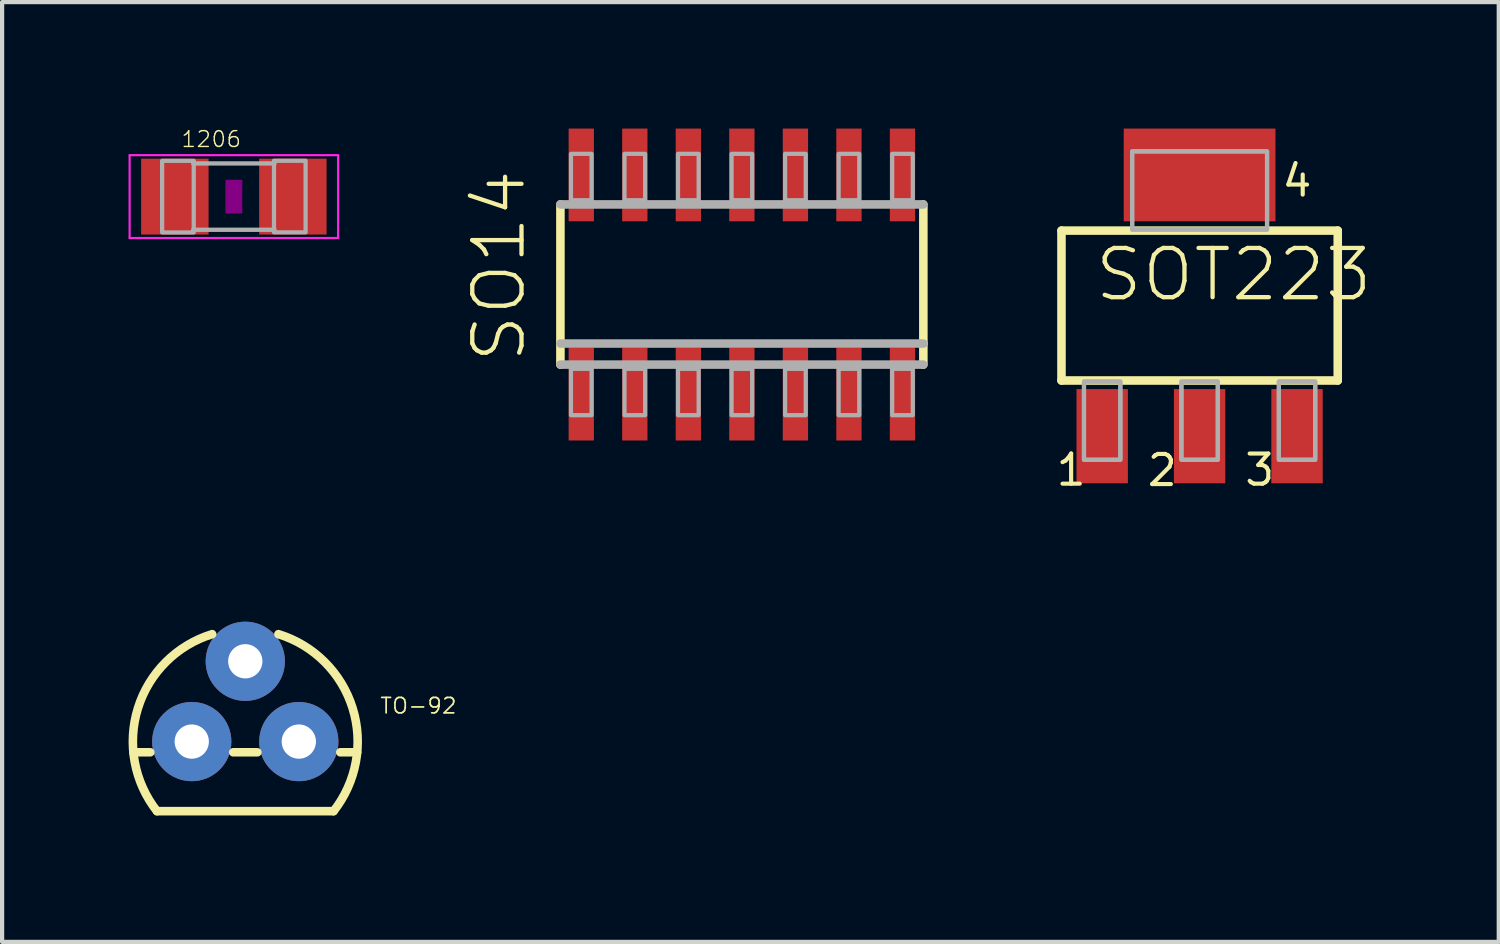
<source format=kicad_pcb>
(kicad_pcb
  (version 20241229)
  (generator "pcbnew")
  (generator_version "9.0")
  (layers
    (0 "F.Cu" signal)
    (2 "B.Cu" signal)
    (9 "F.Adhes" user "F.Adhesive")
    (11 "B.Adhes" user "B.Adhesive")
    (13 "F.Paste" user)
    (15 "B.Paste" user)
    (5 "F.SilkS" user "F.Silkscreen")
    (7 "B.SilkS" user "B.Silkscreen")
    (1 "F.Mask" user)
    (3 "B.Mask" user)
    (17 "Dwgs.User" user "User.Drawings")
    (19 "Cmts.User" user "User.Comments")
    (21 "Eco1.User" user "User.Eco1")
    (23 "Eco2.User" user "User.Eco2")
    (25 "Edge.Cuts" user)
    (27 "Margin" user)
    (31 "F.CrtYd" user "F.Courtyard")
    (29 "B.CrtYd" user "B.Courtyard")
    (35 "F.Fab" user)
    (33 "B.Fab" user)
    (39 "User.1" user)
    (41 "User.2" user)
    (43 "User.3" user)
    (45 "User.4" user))
  (footprint "TO-92"
    (layer "F.Cu")
    (at 2.769 14.543)
    (property "Reference" "TO-92" (at 3.175 -0.635 0) (layer "F.SilkS") (effects (font (size 0.366 0.366) (thickness 0.041)) (justify left bottom)))
    (fp_line (start -2.655 0.254) (end -2.254 0.254) (stroke (width 0.203) (type solid)) (layer "F.SilkS"))
    (fp_line (start -2.095 1.651) (end 2.095 1.651) (stroke (width 0.203) (type solid)) (layer "F.SilkS"))
    (fp_line (start -0.286 0.254) (end 0.286 0.254) (stroke (width 0.203) (type solid)) (layer "F.SilkS"))
    (fp_line (start 2.254 0.254) (end 2.655 0.254) (stroke (width 0.203) (type solid)) (layer "F.SilkS"))
    (fp_arc (start -2.094599 1.650999) (mid -2.546339 -0.793276) (end -0.7863 -2.5485) (stroke (width 0.2032) (type solid)) (layer "F.SilkS"))
    (fp_arc (start 0.7863 -2.548397) (mid 2.546269 -0.7932) (end 2.0945 1.651) (stroke (width 0.2032) (type solid)) (layer "F.SilkS"))
    (pad "1" thru_hole circle (at -1.27 0) (size 1.88 1.88) (drill 0.813) (layers "*.Cu" "*.Mask"))
    (pad "2" thru_hole circle (at 0 -1.905) (size 1.88 1.88) (drill 0.813) (layers "*.Cu" "*.Mask"))
    (pad "3" thru_hole circle (at 1.27 0) (size 1.88 1.88) (drill 0.813) (layers "*.Cu" "*.Mask")))
  (footprint "SOT223"
    (layer "F.Cu")
    (at 25.409 4.199)
    (property "Reference" "SOT223" (at -2.54 -0.051 0) (layer "F.SilkS") (effects (font (size 1.168 1.168) (thickness 0.102)) (justify left bottom)))
    (fp_line (start -3.277 -1.778) (end 3.277 -1.778) (stroke (width 0.203) (type solid)) (layer "F.SilkS"))
    (fp_line (start -3.277 1.778) (end -3.277 -1.778) (stroke (width 0.203) (type solid)) (layer "F.SilkS"))
    (fp_line (start 3.277 -1.778) (end 3.277 1.778) (stroke (width 0.203) (type solid)) (layer "F.SilkS"))
    (fp_line (start 3.277 1.778) (end -3.277 1.778) (stroke (width 0.203) (type solid)) (layer "F.SilkS"))
    (fp_poly (pts (xy -2.743 3.658) (xy -1.88 3.658) (xy -1.88 1.803) (xy -2.743 1.803)) (stroke (width 0.1) (type solid)) (fill no) (layer "F.Fab"))
    (fp_poly (pts (xy -2.743 3.658) (xy -1.88 3.658) (xy -1.88 1.803) (xy -2.743 1.803)) (stroke (width 0.1) (type solid)) (fill no) (layer "F.Fab"))
    (fp_poly (pts (xy -1.6 -1.803) (xy 1.6 -1.803) (xy 1.6 -3.658) (xy -1.6 -3.658)) (stroke (width 0.1) (type solid)) (fill no) (layer "F.Fab"))
    (fp_poly (pts (xy -1.6 -1.803) (xy 1.6 -1.803) (xy 1.6 -3.658) (xy -1.6 -3.658)) (stroke (width 0.1) (type solid)) (fill no) (layer "F.Fab"))
    (fp_poly (pts (xy -0.432 3.658) (xy 0.432 3.658) (xy 0.432 1.803) (xy -0.432 1.803)) (stroke (width 0.1) (type solid)) (fill no) (layer "F.Fab"))
    (fp_poly (pts (xy -0.432 3.658) (xy 0.432 3.658) (xy 0.432 1.803) (xy -0.432 1.803)) (stroke (width 0.1) (type solid)) (fill no) (layer "F.Fab"))
    (fp_poly (pts (xy 1.88 3.658) (xy 2.743 3.658) (xy 2.743 1.803) (xy 1.88 1.803)) (stroke (width 0.1) (type solid)) (fill no) (layer "F.Fab"))
    (fp_poly (pts (xy 1.88 3.658) (xy 2.743 3.658) (xy 2.743 1.803) (xy 1.88 1.803)) (stroke (width 0.1) (type solid)) (fill no) (layer "F.Fab"))
    (fp_text user "1" (at -3.453 4.318 0) (layer "F.SilkS") (effects (font (size 0.715 0.715) (thickness 0.098)) (justify left bottom)))
    (fp_text user "3" (at 1.021 4.318 0) (layer "F.SilkS") (effects (font (size 0.715 0.715) (thickness 0.098)) (justify left bottom)))
    (fp_text user "2" (at -1.291 4.327 0) (layer "F.SilkS") (effects (font (size 0.715 0.715) (thickness 0.098)) (justify left bottom)))
    (fp_text user "4" (at 1.905 -2.54 0) (layer "F.SilkS") (effects (font (size 0.715 0.715) (thickness 0.098)) (justify left bottom)))
    (pad "1" smd rect (at -2.311 3.099) (size 1.219 2.235) (layers "F.Cu" "F.Mask" "F.Paste"))
    (pad "2" smd rect (at 0 3.099) (size 1.219 2.235) (layers "F.Cu" "F.Mask" "F.Paste"))
    (pad "3" smd rect (at 2.311 3.099) (size 1.219 2.235) (layers "F.Cu" "F.Mask" "F.Paste"))
    (pad "4" smd rect (at 0 -3.099) (size 3.6 2.2) (layers "F.Cu" "F.Mask" "F.Paste")))
  (footprint "1206"
    (layer "F.Cu")
    (at 2.498 1.614)
    (property "Reference" "1206" (at -1.27 -1.143 0) (layer "F.SilkS") (effects (font (size 0.374 0.374) (thickness 0.033)) (justify left bottom)))
    (fp_poly (pts (xy -0.2 0.4) (xy 0.2 0.4) (xy 0.2 -0.4) (xy -0.2 -0.4)) (stroke (width 0) (type solid)) (fill yes) (layer "F.Adhes"))
    (fp_line (start -2.473 -0.983) (end 2.473 -0.983) (stroke (width 0.051) (type solid)) (layer "F.CrtYd"))
    (fp_line (start -2.473 0.983) (end -2.473 -0.983) (stroke (width 0.051) (type solid)) (layer "F.CrtYd"))
    (fp_line (start 2.473 -0.983) (end 2.473 0.983) (stroke (width 0.051) (type solid)) (layer "F.CrtYd"))
    (fp_line (start 2.473 0.983) (end -2.473 0.983) (stroke (width 0.051) (type solid)) (layer "F.CrtYd"))
    (fp_line (start -0.965 -0.787) (end 0.965 -0.787) (stroke (width 0.102) (type solid)) (layer "F.Fab"))
    (fp_line (start -0.965 0.787) (end 0.965 0.787) (stroke (width 0.102) (type solid)) (layer "F.Fab"))
    (fp_poly (pts (xy -1.702 0.851) (xy -0.952 0.851) (xy -0.952 -0.849) (xy -1.702 -0.849)) (stroke (width 0.1) (type solid)) (fill no) (layer "F.Fab"))
    (fp_poly (pts (xy 0.952 0.849) (xy 1.702 0.849) (xy 1.702 -0.851) (xy 0.952 -0.851)) (stroke (width 0.1) (type solid)) (fill no) (layer "F.Fab"))
    (pad "1" smd rect (at -1.4 0) (size 1.6 1.8) (layers "F.Cu" "F.Mask" "F.Paste"))
    (pad "2" smd rect (at 1.4 0) (size 1.6 1.8) (layers "F.Cu" "F.Mask" "F.Paste")))
  (footprint "SO14"
    (layer "F.Cu")
    (at 14.55 3.7)
    (property "Reference" "SO14" (at -5.08 1.905 90) (layer "F.SilkS") (effects (font (size 1.168 1.168) (thickness 0.102)) (justify left bottom)))
    (fp_line (start -4.305 1.4) (end -4.305 -1.9) (stroke (width 0.203) (type solid)) (layer "F.SilkS"))
    (fp_line (start -4.305 1.9) (end -4.305 1.4) (stroke (width 0.203) (type solid)) (layer "F.SilkS"))
    (fp_line (start 4.305 -1.9) (end 4.305 1.4) (stroke (width 0.203) (type solid)) (layer "F.SilkS"))
    (fp_line (start 4.305 1.4) (end 4.305 1.9) (stroke (width 0.203) (type solid)) (layer "F.SilkS"))
    (fp_line (start -4.305 -1.9) (end 4.305 -1.9) (stroke (width 0.203) (type solid)) (layer "F.Fab"))
    (fp_line (start 4.305 1.4) (end -4.305 1.4) (stroke (width 0.203) (type solid)) (layer "F.Fab"))
    (fp_line (start 4.305 1.9) (end -4.305 1.9) (stroke (width 0.203) (type solid)) (layer "F.Fab"))
    (fp_poly (pts (xy -4.055 -2) (xy -3.565 -2) (xy -3.565 -3.1) (xy -4.055 -3.1)) (stroke (width 0.1) (type solid)) (fill no) (layer "F.Fab"))
    (fp_poly (pts (xy -4.055 3.1) (xy -3.565 3.1) (xy -3.565 2) (xy -4.055 2)) (stroke (width 0.1) (type solid)) (fill no) (layer "F.Fab"))
    (fp_poly (pts (xy -2.785 -2) (xy -2.295 -2) (xy -2.295 -3.1) (xy -2.785 -3.1)) (stroke (width 0.1) (type solid)) (fill no) (layer "F.Fab"))
    (fp_poly (pts (xy -2.785 3.1) (xy -2.295 3.1) (xy -2.295 2) (xy -2.785 2)) (stroke (width 0.1) (type solid)) (fill no) (layer "F.Fab"))
    (fp_poly (pts (xy -1.515 -2) (xy -1.025 -2) (xy -1.025 -3.1) (xy -1.515 -3.1)) (stroke (width 0.1) (type solid)) (fill no) (layer "F.Fab"))
    (fp_poly (pts (xy -1.515 3.1) (xy -1.025 3.1) (xy -1.025 2) (xy -1.515 2)) (stroke (width 0.1) (type solid)) (fill no) (layer "F.Fab"))
    (fp_poly (pts (xy -0.245 -2) (xy 0.245 -2) (xy 0.245 -3.1) (xy -0.245 -3.1)) (stroke (width 0.1) (type solid)) (fill no) (layer "F.Fab"))
    (fp_poly (pts (xy -0.245 3.1) (xy 0.245 3.1) (xy 0.245 2) (xy -0.245 2)) (stroke (width 0.1) (type solid)) (fill no) (layer "F.Fab"))
    (fp_poly (pts (xy 1.025 -2) (xy 1.515 -2) (xy 1.515 -3.1) (xy 1.025 -3.1)) (stroke (width 0.1) (type solid)) (fill no) (layer "F.Fab"))
    (fp_poly (pts (xy 1.515 2) (xy 1.025 2) (xy 1.025 3.1) (xy 1.515 3.1)) (stroke (width 0.1) (type solid)) (fill no) (layer "F.Fab"))
    (fp_poly (pts (xy 2.295 -2) (xy 2.785 -2) (xy 2.785 -3.1) (xy 2.295 -3.1)) (stroke (width 0.1) (type solid)) (fill no) (layer "F.Fab"))
    (fp_poly (pts (xy 2.785 2) (xy 2.295 2) (xy 2.295 3.1) (xy 2.785 3.1)) (stroke (width 0.1) (type solid)) (fill no) (layer "F.Fab"))
    (fp_poly (pts (xy 3.565 -2) (xy 4.055 -2) (xy 4.055 -3.1) (xy 3.565 -3.1)) (stroke (width 0.1) (type solid)) (fill no) (layer "F.Fab"))
    (fp_poly (pts (xy 4.055 2) (xy 3.565 2) (xy 3.565 3.1) (xy 4.055 3.1)) (stroke (width 0.1) (type solid)) (fill no) (layer "F.Fab"))
    (pad "1" smd rect (at -3.81 2.6) (size 0.6 2.2) (layers "F.Cu" "F.Mask" "F.Paste"))
    (pad "2" smd rect (at -2.54 2.6) (size 0.6 2.2) (layers "F.Cu" "F.Mask" "F.Paste"))
    (pad "3" smd rect (at -1.27 2.6) (size 0.6 2.2) (layers "F.Cu" "F.Mask" "F.Paste"))
    (pad "4" smd rect (at 0 2.6) (size 0.6 2.2) (layers "F.Cu" "F.Mask" "F.Paste"))
    (pad "5" smd rect (at 1.27 2.6 180) (size 0.6 2.2) (layers "F.Cu" "F.Mask" "F.Paste"))
    (pad "6" smd rect (at 2.54 2.6 180) (size 0.6 2.2) (layers "F.Cu" "F.Mask" "F.Paste"))
    (pad "7" smd rect (at 3.81 2.6 180) (size 0.6 2.2) (layers "F.Cu" "F.Mask" "F.Paste"))
    (pad "8" smd rect (at 3.81 -2.6) (size 0.6 2.2) (layers "F.Cu" "F.Mask" "F.Paste"))
    (pad "9" smd rect (at 2.54 -2.6) (size 0.6 2.2) (layers "F.Cu" "F.Mask" "F.Paste"))
    (pad "10" smd rect (at 1.27 -2.6) (size 0.6 2.2) (layers "F.Cu" "F.Mask" "F.Paste"))
    (pad "11" smd rect (at 0 -2.6) (size 0.6 2.2) (layers "F.Cu" "F.Mask" "F.Paste"))
    (pad "12" smd rect (at -1.27 -2.6) (size 0.6 2.2) (layers "F.Cu" "F.Mask" "F.Paste"))
    (pad "13" smd rect (at -2.54 -2.6) (size 0.6 2.2) (layers "F.Cu" "F.Mask" "F.Paste"))
    (pad "14" smd rect (at -3.81 -2.6) (size 0.6 2.2) (layers "F.Cu" "F.Mask" "F.Paste")))
  (gr_rect
    (start -3 -3)
    (end 32.506 19.295)
    (stroke (width 0.1) (type default))
    (fill no)
    (layer "Edge.Cuts")))
</source>
